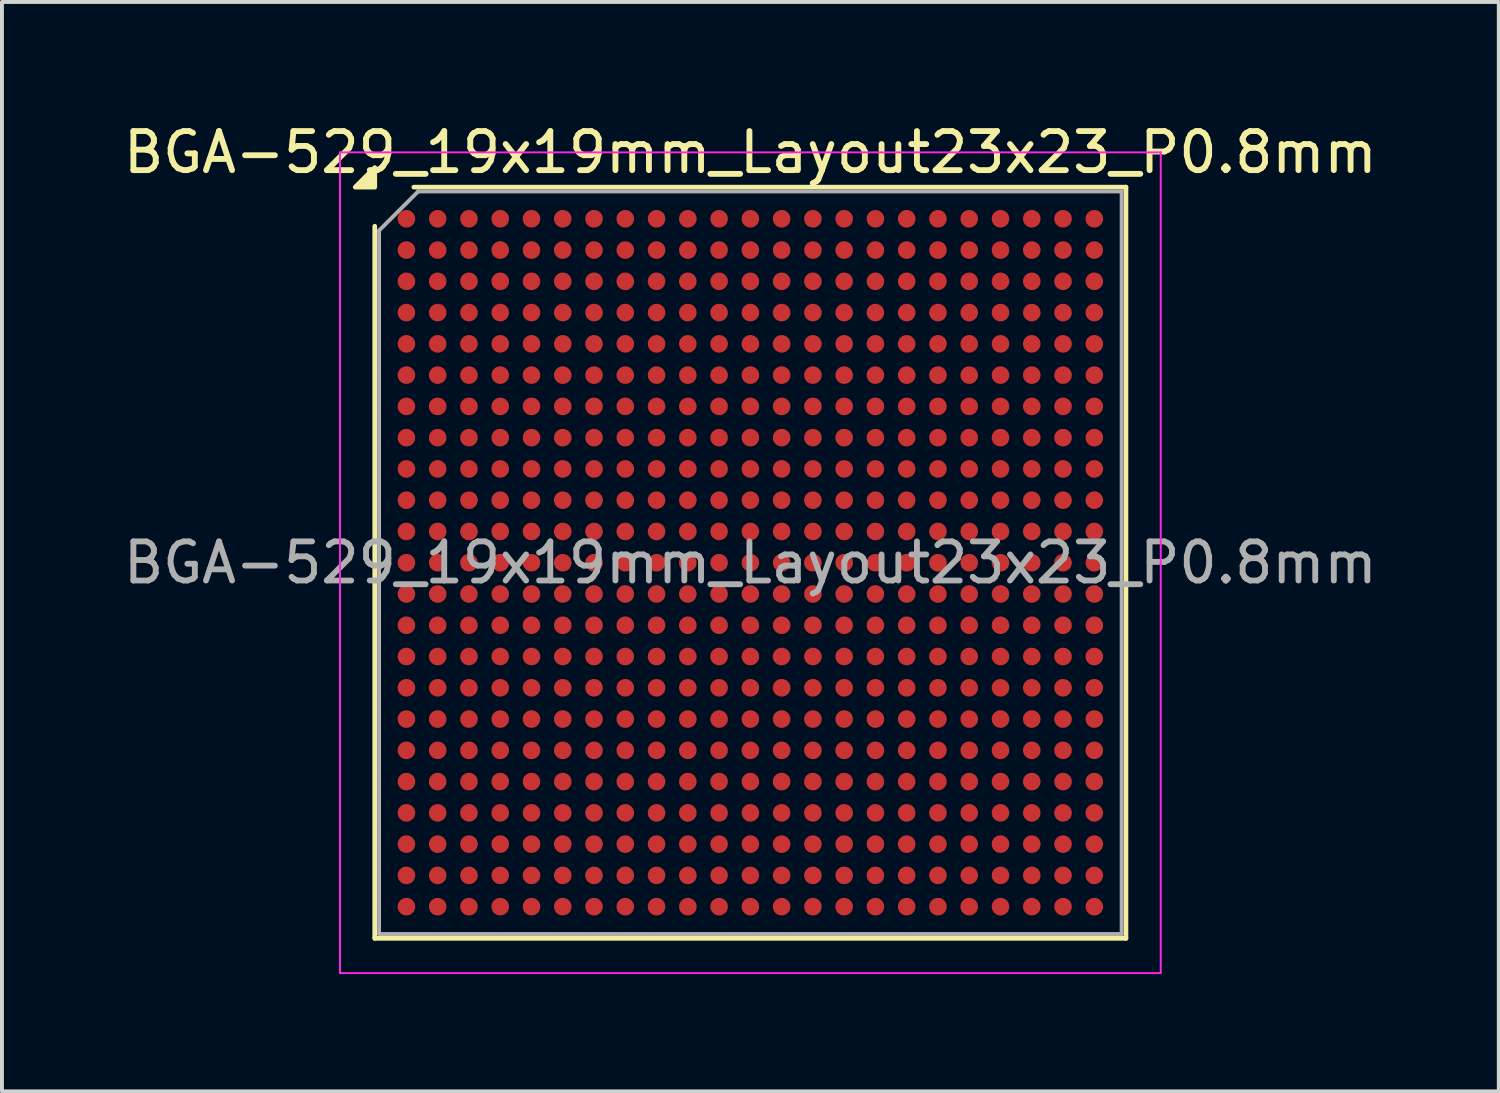
<source format=kicad_pcb>
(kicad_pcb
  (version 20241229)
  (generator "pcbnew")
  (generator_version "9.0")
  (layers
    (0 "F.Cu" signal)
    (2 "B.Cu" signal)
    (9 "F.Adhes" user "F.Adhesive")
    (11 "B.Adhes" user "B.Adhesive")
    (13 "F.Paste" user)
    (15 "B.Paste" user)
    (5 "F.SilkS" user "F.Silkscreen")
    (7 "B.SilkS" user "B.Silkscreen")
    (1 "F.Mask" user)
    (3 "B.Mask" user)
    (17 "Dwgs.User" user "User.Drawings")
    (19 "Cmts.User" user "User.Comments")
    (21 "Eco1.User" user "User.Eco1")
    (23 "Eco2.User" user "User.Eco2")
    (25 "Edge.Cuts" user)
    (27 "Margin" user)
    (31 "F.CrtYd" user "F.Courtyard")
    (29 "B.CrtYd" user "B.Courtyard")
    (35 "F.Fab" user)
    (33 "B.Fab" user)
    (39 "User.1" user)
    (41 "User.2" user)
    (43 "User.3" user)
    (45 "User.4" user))
  (footprint "BGA-529_19x19mm_Layout23x23_P0.8mm"
    (layer "F.Cu")
    (at 16.149 11.348)
    (property "Reference" "BGA-529_19x19mm_Layout23x23_P0.8mm" (at 0 -10.5 0) (layer "F.SilkS") (effects (font (size 1 1) (thickness 0.15))))
    (attr smd)
    (fp_line (start -9.61 9.61) (end -9.61 -8.61) (stroke (width 0.12) (type solid)) (layer "F.SilkS"))
    (fp_line (start -8.61 -9.61) (end 9.61 -9.61) (stroke (width 0.12) (type solid)) (layer "F.SilkS"))
    (fp_line (start 9.61 -9.61) (end 9.61 9.61) (stroke (width 0.12) (type solid)) (layer "F.SilkS"))
    (fp_line (start 9.61 9.61) (end -9.61 9.61) (stroke (width 0.12) (type solid)) (layer "F.SilkS"))
    (fp_poly (pts (xy -9.61 -9.61) (xy -10.11 -9.61) (xy -9.61 -10.11) (xy -9.61 -9.61)) (stroke (width 0.12) (type solid)) (fill yes) (layer "F.SilkS"))
    (fp_line (start -10.5 -10.5) (end -10.5 10.5) (stroke (width 0.05) (type solid)) (layer "F.CrtYd"))
    (fp_line (start -10.5 10.5) (end 10.5 10.5) (stroke (width 0.05) (type solid)) (layer "F.CrtYd"))
    (fp_line (start 10.5 -10.5) (end -10.5 -10.5) (stroke (width 0.05) (type solid)) (layer "F.CrtYd"))
    (fp_line (start 10.5 10.5) (end 10.5 -10.5) (stroke (width 0.05) (type solid)) (layer "F.CrtYd"))
    (fp_line (start -9.5 -8.5) (end -8.5 -9.5) (stroke (width 0.1) (type solid)) (layer "F.Fab"))
    (fp_line (start -9.5 9.5) (end -9.5 -8.5) (stroke (width 0.1) (type solid)) (layer "F.Fab"))
    (fp_line (start -8.5 -9.5) (end 9.5 -9.5) (stroke (width 0.1) (type solid)) (layer "F.Fab"))
    (fp_line (start 9.5 -9.5) (end 9.5 9.5) (stroke (width 0.1) (type solid)) (layer "F.Fab"))
    (fp_line (start 9.5 9.5) (end -9.5 9.5) (stroke (width 0.1) (type solid)) (layer "F.Fab"))
    (fp_text user "${REFERENCE}" (at 0 0 0) (layer "F.Fab") (effects (font (size 1 1) (thickness 0.15))))
    (pad "A1" smd circle (at -8.8 -8.8) (size 0.45 0.45) (property pad_prop_bga) (layers "F.Cu" "F.Mask" "F.Paste"))
    (pad "A2" smd circle (at -8 -8.8) (size 0.45 0.45) (property pad_prop_bga) (layers "F.Cu" "F.Mask" "F.Paste"))
    (pad "A3" smd circle (at -7.2 -8.8) (size 0.45 0.45) (property pad_prop_bga) (layers "F.Cu" "F.Mask" "F.Paste"))
    (pad "A4" smd circle (at -6.4 -8.8) (size 0.45 0.45) (property pad_prop_bga) (layers "F.Cu" "F.Mask" "F.Paste"))
    (pad "A5" smd circle (at -5.6 -8.8) (size 0.45 0.45) (property pad_prop_bga) (layers "F.Cu" "F.Mask" "F.Paste"))
    (pad "A6" smd circle (at -4.8 -8.8) (size 0.45 0.45) (property pad_prop_bga) (layers "F.Cu" "F.Mask" "F.Paste"))
    (pad "A7" smd circle (at -4 -8.8) (size 0.45 0.45) (property pad_prop_bga) (layers "F.Cu" "F.Mask" "F.Paste"))
    (pad "A8" smd circle (at -3.2 -8.8) (size 0.45 0.45) (property pad_prop_bga) (layers "F.Cu" "F.Mask" "F.Paste"))
    (pad "A9" smd circle (at -2.4 -8.8) (size 0.45 0.45) (property pad_prop_bga) (layers "F.Cu" "F.Mask" "F.Paste"))
    (pad "A10" smd circle (at -1.6 -8.8) (size 0.45 0.45) (property pad_prop_bga) (layers "F.Cu" "F.Mask" "F.Paste"))
    (pad "A11" smd circle (at -0.8 -8.8) (size 0.45 0.45) (property pad_prop_bga) (layers "F.Cu" "F.Mask" "F.Paste"))
    (pad "A12" smd circle (at 0 -8.8) (size 0.45 0.45) (property pad_prop_bga) (layers "F.Cu" "F.Mask" "F.Paste"))
    (pad "A13" smd circle (at 0.8 -8.8) (size 0.45 0.45) (property pad_prop_bga) (layers "F.Cu" "F.Mask" "F.Paste"))
    (pad "A14" smd circle (at 1.6 -8.8) (size 0.45 0.45) (property pad_prop_bga) (layers "F.Cu" "F.Mask" "F.Paste"))
    (pad "A15" smd circle (at 2.4 -8.8) (size 0.45 0.45) (property pad_prop_bga) (layers "F.Cu" "F.Mask" "F.Paste"))
    (pad "A16" smd circle (at 3.2 -8.8) (size 0.45 0.45) (property pad_prop_bga) (layers "F.Cu" "F.Mask" "F.Paste"))
    (pad "A17" smd circle (at 4 -8.8) (size 0.45 0.45) (property pad_prop_bga) (layers "F.Cu" "F.Mask" "F.Paste"))
    (pad "A18" smd circle (at 4.8 -8.8) (size 0.45 0.45) (property pad_prop_bga) (layers "F.Cu" "F.Mask" "F.Paste"))
    (pad "A19" smd circle (at 5.6 -8.8) (size 0.45 0.45) (property pad_prop_bga) (layers "F.Cu" "F.Mask" "F.Paste"))
    (pad "A20" smd circle (at 6.4 -8.8) (size 0.45 0.45) (property pad_prop_bga) (layers "F.Cu" "F.Mask" "F.Paste"))
    (pad "A21" smd circle (at 7.2 -8.8) (size 0.45 0.45) (property pad_prop_bga) (layers "F.Cu" "F.Mask" "F.Paste"))
    (pad "A22" smd circle (at 8 -8.8) (size 0.45 0.45) (property pad_prop_bga) (layers "F.Cu" "F.Mask" "F.Paste"))
    (pad "A23" smd circle (at 8.8 -8.8) (size 0.45 0.45) (property pad_prop_bga) (layers "F.Cu" "F.Mask" "F.Paste"))
    (pad "AA1" smd circle (at -8.8 7.2) (size 0.45 0.45) (property pad_prop_bga) (layers "F.Cu" "F.Mask" "F.Paste"))
    (pad "AA2" smd circle (at -8 7.2) (size 0.45 0.45) (property pad_prop_bga) (layers "F.Cu" "F.Mask" "F.Paste"))
    (pad "AA3" smd circle (at -7.2 7.2) (size 0.45 0.45) (property pad_prop_bga) (layers "F.Cu" "F.Mask" "F.Paste"))
    (pad "AA4" smd circle (at -6.4 7.2) (size 0.45 0.45) (property pad_prop_bga) (layers "F.Cu" "F.Mask" "F.Paste"))
    (pad "AA5" smd circle (at -5.6 7.2) (size 0.45 0.45) (property pad_prop_bga) (layers "F.Cu" "F.Mask" "F.Paste"))
    (pad "AA6" smd circle (at -4.8 7.2) (size 0.45 0.45) (property pad_prop_bga) (layers "F.Cu" "F.Mask" "F.Paste"))
    (pad "AA7" smd circle (at -4 7.2) (size 0.45 0.45) (property pad_prop_bga) (layers "F.Cu" "F.Mask" "F.Paste"))
    (pad "AA8" smd circle (at -3.2 7.2) (size 0.45 0.45) (property pad_prop_bga) (layers "F.Cu" "F.Mask" "F.Paste"))
    (pad "AA9" smd circle (at -2.4 7.2) (size 0.45 0.45) (property pad_prop_bga) (layers "F.Cu" "F.Mask" "F.Paste"))
    (pad "AA10" smd circle (at -1.6 7.2) (size 0.45 0.45) (property pad_prop_bga) (layers "F.Cu" "F.Mask" "F.Paste"))
    (pad "AA11" smd circle (at -0.8 7.2) (size 0.45 0.45) (property pad_prop_bga) (layers "F.Cu" "F.Mask" "F.Paste"))
    (pad "AA12" smd circle (at 0 7.2) (size 0.45 0.45) (property pad_prop_bga) (layers "F.Cu" "F.Mask" "F.Paste"))
    (pad "AA13" smd circle (at 0.8 7.2) (size 0.45 0.45) (property pad_prop_bga) (layers "F.Cu" "F.Mask" "F.Paste"))
    (pad "AA14" smd circle (at 1.6 7.2) (size 0.45 0.45) (property pad_prop_bga) (layers "F.Cu" "F.Mask" "F.Paste"))
    (pad "AA15" smd circle (at 2.4 7.2) (size 0.45 0.45) (property pad_prop_bga) (layers "F.Cu" "F.Mask" "F.Paste"))
    (pad "AA16" smd circle (at 3.2 7.2) (size 0.45 0.45) (property pad_prop_bga) (layers "F.Cu" "F.Mask" "F.Paste"))
    (pad "AA17" smd circle (at 4 7.2) (size 0.45 0.45) (property pad_prop_bga) (layers "F.Cu" "F.Mask" "F.Paste"))
    (pad "AA18" smd circle (at 4.8 7.2) (size 0.45 0.45) (property pad_prop_bga) (layers "F.Cu" "F.Mask" "F.Paste"))
    (pad "AA19" smd circle (at 5.6 7.2) (size 0.45 0.45) (property pad_prop_bga) (layers "F.Cu" "F.Mask" "F.Paste"))
    (pad "AA20" smd circle (at 6.4 7.2) (size 0.45 0.45) (property pad_prop_bga) (layers "F.Cu" "F.Mask" "F.Paste"))
    (pad "AA21" smd circle (at 7.2 7.2) (size 0.45 0.45) (property pad_prop_bga) (layers "F.Cu" "F.Mask" "F.Paste"))
    (pad "AA22" smd circle (at 8 7.2) (size 0.45 0.45) (property pad_prop_bga) (layers "F.Cu" "F.Mask" "F.Paste"))
    (pad "AA23" smd circle (at 8.8 7.2) (size 0.45 0.45) (property pad_prop_bga) (layers "F.Cu" "F.Mask" "F.Paste"))
    (pad "AB1" smd circle (at -8.8 8) (size 0.45 0.45) (property pad_prop_bga) (layers "F.Cu" "F.Mask" "F.Paste"))
    (pad "AB2" smd circle (at -8 8) (size 0.45 0.45) (property pad_prop_bga) (layers "F.Cu" "F.Mask" "F.Paste"))
    (pad "AB3" smd circle (at -7.2 8) (size 0.45 0.45) (property pad_prop_bga) (layers "F.Cu" "F.Mask" "F.Paste"))
    (pad "AB4" smd circle (at -6.4 8) (size 0.45 0.45) (property pad_prop_bga) (layers "F.Cu" "F.Mask" "F.Paste"))
    (pad "AB5" smd circle (at -5.6 8) (size 0.45 0.45) (property pad_prop_bga) (layers "F.Cu" "F.Mask" "F.Paste"))
    (pad "AB6" smd circle (at -4.8 8) (size 0.45 0.45) (property pad_prop_bga) (layers "F.Cu" "F.Mask" "F.Paste"))
    (pad "AB7" smd circle (at -4 8) (size 0.45 0.45) (property pad_prop_bga) (layers "F.Cu" "F.Mask" "F.Paste"))
    (pad "AB8" smd circle (at -3.2 8) (size 0.45 0.45) (property pad_prop_bga) (layers "F.Cu" "F.Mask" "F.Paste"))
    (pad "AB9" smd circle (at -2.4 8) (size 0.45 0.45) (property pad_prop_bga) (layers "F.Cu" "F.Mask" "F.Paste"))
    (pad "AB10" smd circle (at -1.6 8) (size 0.45 0.45) (property pad_prop_bga) (layers "F.Cu" "F.Mask" "F.Paste"))
    (pad "AB11" smd circle (at -0.8 8) (size 0.45 0.45) (property pad_prop_bga) (layers "F.Cu" "F.Mask" "F.Paste"))
    (pad "AB12" smd circle (at 0 8) (size 0.45 0.45) (property pad_prop_bga) (layers "F.Cu" "F.Mask" "F.Paste"))
    (pad "AB13" smd circle (at 0.8 8) (size 0.45 0.45) (property pad_prop_bga) (layers "F.Cu" "F.Mask" "F.Paste"))
    (pad "AB14" smd circle (at 1.6 8) (size 0.45 0.45) (property pad_prop_bga) (layers "F.Cu" "F.Mask" "F.Paste"))
    (pad "AB15" smd circle (at 2.4 8) (size 0.45 0.45) (property pad_prop_bga) (layers "F.Cu" "F.Mask" "F.Paste"))
    (pad "AB16" smd circle (at 3.2 8) (size 0.45 0.45) (property pad_prop_bga) (layers "F.Cu" "F.Mask" "F.Paste"))
    (pad "AB17" smd circle (at 4 8) (size 0.45 0.45) (property pad_prop_bga) (layers "F.Cu" "F.Mask" "F.Paste"))
    (pad "AB18" smd circle (at 4.8 8) (size 0.45 0.45) (property pad_prop_bga) (layers "F.Cu" "F.Mask" "F.Paste"))
    (pad "AB19" smd circle (at 5.6 8) (size 0.45 0.45) (property pad_prop_bga) (layers "F.Cu" "F.Mask" "F.Paste"))
    (pad "AB20" smd circle (at 6.4 8) (size 0.45 0.45) (property pad_prop_bga) (layers "F.Cu" "F.Mask" "F.Paste"))
    (pad "AB21" smd circle (at 7.2 8) (size 0.45 0.45) (property pad_prop_bga) (layers "F.Cu" "F.Mask" "F.Paste"))
    (pad "AB22" smd circle (at 8 8) (size 0.45 0.45) (property pad_prop_bga) (layers "F.Cu" "F.Mask" "F.Paste"))
    (pad "AB23" smd circle (at 8.8 8) (size 0.45 0.45) (property pad_prop_bga) (layers "F.Cu" "F.Mask" "F.Paste"))
    (pad "AC1" smd circle (at -8.8 8.8) (size 0.45 0.45) (property pad_prop_bga) (layers "F.Cu" "F.Mask" "F.Paste"))
    (pad "AC2" smd circle (at -8 8.8) (size 0.45 0.45) (property pad_prop_bga) (layers "F.Cu" "F.Mask" "F.Paste"))
    (pad "AC3" smd circle (at -7.2 8.8) (size 0.45 0.45) (property pad_prop_bga) (layers "F.Cu" "F.Mask" "F.Paste"))
    (pad "AC4" smd circle (at -6.4 8.8) (size 0.45 0.45) (property pad_prop_bga) (layers "F.Cu" "F.Mask" "F.Paste"))
    (pad "AC5" smd circle (at -5.6 8.8) (size 0.45 0.45) (property pad_prop_bga) (layers "F.Cu" "F.Mask" "F.Paste"))
    (pad "AC6" smd circle (at -4.8 8.8) (size 0.45 0.45) (property pad_prop_bga) (layers "F.Cu" "F.Mask" "F.Paste"))
    (pad "AC7" smd circle (at -4 8.8) (size 0.45 0.45) (property pad_prop_bga) (layers "F.Cu" "F.Mask" "F.Paste"))
    (pad "AC8" smd circle (at -3.2 8.8) (size 0.45 0.45) (property pad_prop_bga) (layers "F.Cu" "F.Mask" "F.Paste"))
    (pad "AC9" smd circle (at -2.4 8.8) (size 0.45 0.45) (property pad_prop_bga) (layers "F.Cu" "F.Mask" "F.Paste"))
    (pad "AC10" smd circle (at -1.6 8.8) (size 0.45 0.45) (property pad_prop_bga) (layers "F.Cu" "F.Mask" "F.Paste"))
    (pad "AC11" smd circle (at -0.8 8.8) (size 0.45 0.45) (property pad_prop_bga) (layers "F.Cu" "F.Mask" "F.Paste"))
    (pad "AC12" smd circle (at 0 8.8) (size 0.45 0.45) (property pad_prop_bga) (layers "F.Cu" "F.Mask" "F.Paste"))
    (pad "AC13" smd circle (at 0.8 8.8) (size 0.45 0.45) (property pad_prop_bga) (layers "F.Cu" "F.Mask" "F.Paste"))
    (pad "AC14" smd circle (at 1.6 8.8) (size 0.45 0.45) (property pad_prop_bga) (layers "F.Cu" "F.Mask" "F.Paste"))
    (pad "AC15" smd circle (at 2.4 8.8) (size 0.45 0.45) (property pad_prop_bga) (layers "F.Cu" "F.Mask" "F.Paste"))
    (pad "AC16" smd circle (at 3.2 8.8) (size 0.45 0.45) (property pad_prop_bga) (layers "F.Cu" "F.Mask" "F.Paste"))
    (pad "AC17" smd circle (at 4 8.8) (size 0.45 0.45) (property pad_prop_bga) (layers "F.Cu" "F.Mask" "F.Paste"))
    (pad "AC18" smd circle (at 4.8 8.8) (size 0.45 0.45) (property pad_prop_bga) (layers "F.Cu" "F.Mask" "F.Paste"))
    (pad "AC19" smd circle (at 5.6 8.8) (size 0.45 0.45) (property pad_prop_bga) (layers "F.Cu" "F.Mask" "F.Paste"))
    (pad "AC20" smd circle (at 6.4 8.8) (size 0.45 0.45) (property pad_prop_bga) (layers "F.Cu" "F.Mask" "F.Paste"))
    (pad "AC21" smd circle (at 7.2 8.8) (size 0.45 0.45) (property pad_prop_bga) (layers "F.Cu" "F.Mask" "F.Paste"))
    (pad "AC22" smd circle (at 8 8.8) (size 0.45 0.45) (property pad_prop_bga) (layers "F.Cu" "F.Mask" "F.Paste"))
    (pad "AC23" smd circle (at 8.8 8.8) (size 0.45 0.45) (property pad_prop_bga) (layers "F.Cu" "F.Mask" "F.Paste"))
    (pad "B1" smd circle (at -8.8 -8) (size 0.45 0.45) (property pad_prop_bga) (layers "F.Cu" "F.Mask" "F.Paste"))
    (pad "B2" smd circle (at -8 -8) (size 0.45 0.45) (property pad_prop_bga) (layers "F.Cu" "F.Mask" "F.Paste"))
    (pad "B3" smd circle (at -7.2 -8) (size 0.45 0.45) (property pad_prop_bga) (layers "F.Cu" "F.Mask" "F.Paste"))
    (pad "B4" smd circle (at -6.4 -8) (size 0.45 0.45) (property pad_prop_bga) (layers "F.Cu" "F.Mask" "F.Paste"))
    (pad "B5" smd circle (at -5.6 -8) (size 0.45 0.45) (property pad_prop_bga) (layers "F.Cu" "F.Mask" "F.Paste"))
    (pad "B6" smd circle (at -4.8 -8) (size 0.45 0.45) (property pad_prop_bga) (layers "F.Cu" "F.Mask" "F.Paste"))
    (pad "B7" smd circle (at -4 -8) (size 0.45 0.45) (property pad_prop_bga) (layers "F.Cu" "F.Mask" "F.Paste"))
    (pad "B8" smd circle (at -3.2 -8) (size 0.45 0.45) (property pad_prop_bga) (layers "F.Cu" "F.Mask" "F.Paste"))
    (pad "B9" smd circle (at -2.4 -8) (size 0.45 0.45) (property pad_prop_bga) (layers "F.Cu" "F.Mask" "F.Paste"))
    (pad "B10" smd circle (at -1.6 -8) (size 0.45 0.45) (property pad_prop_bga) (layers "F.Cu" "F.Mask" "F.Paste"))
    (pad "B11" smd circle (at -0.8 -8) (size 0.45 0.45) (property pad_prop_bga) (layers "F.Cu" "F.Mask" "F.Paste"))
    (pad "B12" smd circle (at 0 -8) (size 0.45 0.45) (property pad_prop_bga) (layers "F.Cu" "F.Mask" "F.Paste"))
    (pad "B13" smd circle (at 0.8 -8) (size 0.45 0.45) (property pad_prop_bga) (layers "F.Cu" "F.Mask" "F.Paste"))
    (pad "B14" smd circle (at 1.6 -8) (size 0.45 0.45) (property pad_prop_bga) (layers "F.Cu" "F.Mask" "F.Paste"))
    (pad "B15" smd circle (at 2.4 -8) (size 0.45 0.45) (property pad_prop_bga) (layers "F.Cu" "F.Mask" "F.Paste"))
    (pad "B16" smd circle (at 3.2 -8) (size 0.45 0.45) (property pad_prop_bga) (layers "F.Cu" "F.Mask" "F.Paste"))
    (pad "B17" smd circle (at 4 -8) (size 0.45 0.45) (property pad_prop_bga) (layers "F.Cu" "F.Mask" "F.Paste"))
    (pad "B18" smd circle (at 4.8 -8) (size 0.45 0.45) (property pad_prop_bga) (layers "F.Cu" "F.Mask" "F.Paste"))
    (pad "B19" smd circle (at 5.6 -8) (size 0.45 0.45) (property pad_prop_bga) (layers "F.Cu" "F.Mask" "F.Paste"))
    (pad "B20" smd circle (at 6.4 -8) (size 0.45 0.45) (property pad_prop_bga) (layers "F.Cu" "F.Mask" "F.Paste"))
    (pad "B21" smd circle (at 7.2 -8) (size 0.45 0.45) (property pad_prop_bga) (layers "F.Cu" "F.Mask" "F.Paste"))
    (pad "B22" smd circle (at 8 -8) (size 0.45 0.45) (property pad_prop_bga) (layers "F.Cu" "F.Mask" "F.Paste"))
    (pad "B23" smd circle (at 8.8 -8) (size 0.45 0.45) (property pad_prop_bga) (layers "F.Cu" "F.Mask" "F.Paste"))
    (pad "C1" smd circle (at -8.8 -7.2) (size 0.45 0.45) (property pad_prop_bga) (layers "F.Cu" "F.Mask" "F.Paste"))
    (pad "C2" smd circle (at -8 -7.2) (size 0.45 0.45) (property pad_prop_bga) (layers "F.Cu" "F.Mask" "F.Paste"))
    (pad "C3" smd circle (at -7.2 -7.2) (size 0.45 0.45) (property pad_prop_bga) (layers "F.Cu" "F.Mask" "F.Paste"))
    (pad "C4" smd circle (at -6.4 -7.2) (size 0.45 0.45) (property pad_prop_bga) (layers "F.Cu" "F.Mask" "F.Paste"))
    (pad "C5" smd circle (at -5.6 -7.2) (size 0.45 0.45) (property pad_prop_bga) (layers "F.Cu" "F.Mask" "F.Paste"))
    (pad "C6" smd circle (at -4.8 -7.2) (size 0.45 0.45) (property pad_prop_bga) (layers "F.Cu" "F.Mask" "F.Paste"))
    (pad "C7" smd circle (at -4 -7.2) (size 0.45 0.45) (property pad_prop_bga) (layers "F.Cu" "F.Mask" "F.Paste"))
    (pad "C8" smd circle (at -3.2 -7.2) (size 0.45 0.45) (property pad_prop_bga) (layers "F.Cu" "F.Mask" "F.Paste"))
    (pad "C9" smd circle (at -2.4 -7.2) (size 0.45 0.45) (property pad_prop_bga) (layers "F.Cu" "F.Mask" "F.Paste"))
    (pad "C10" smd circle (at -1.6 -7.2) (size 0.45 0.45) (property pad_prop_bga) (layers "F.Cu" "F.Mask" "F.Paste"))
    (pad "C11" smd circle (at -0.8 -7.2) (size 0.45 0.45) (property pad_prop_bga) (layers "F.Cu" "F.Mask" "F.Paste"))
    (pad "C12" smd circle (at 0 -7.2) (size 0.45 0.45) (property pad_prop_bga) (layers "F.Cu" "F.Mask" "F.Paste"))
    (pad "C13" smd circle (at 0.8 -7.2) (size 0.45 0.45) (property pad_prop_bga) (layers "F.Cu" "F.Mask" "F.Paste"))
    (pad "C14" smd circle (at 1.6 -7.2) (size 0.45 0.45) (property pad_prop_bga) (layers "F.Cu" "F.Mask" "F.Paste"))
    (pad "C15" smd circle (at 2.4 -7.2) (size 0.45 0.45) (property pad_prop_bga) (layers "F.Cu" "F.Mask" "F.Paste"))
    (pad "C16" smd circle (at 3.2 -7.2) (size 0.45 0.45) (property pad_prop_bga) (layers "F.Cu" "F.Mask" "F.Paste"))
    (pad "C17" smd circle (at 4 -7.2) (size 0.45 0.45) (property pad_prop_bga) (layers "F.Cu" "F.Mask" "F.Paste"))
    (pad "C18" smd circle (at 4.8 -7.2) (size 0.45 0.45) (property pad_prop_bga) (layers "F.Cu" "F.Mask" "F.Paste"))
    (pad "C19" smd circle (at 5.6 -7.2) (size 0.45 0.45) (property pad_prop_bga) (layers "F.Cu" "F.Mask" "F.Paste"))
    (pad "C20" smd circle (at 6.4 -7.2) (size 0.45 0.45) (property pad_prop_bga) (layers "F.Cu" "F.Mask" "F.Paste"))
    (pad "C21" smd circle (at 7.2 -7.2) (size 0.45 0.45) (property pad_prop_bga) (layers "F.Cu" "F.Mask" "F.Paste"))
    (pad "C22" smd circle (at 8 -7.2) (size 0.45 0.45) (property pad_prop_bga) (layers "F.Cu" "F.Mask" "F.Paste"))
    (pad "C23" smd circle (at 8.8 -7.2) (size 0.45 0.45) (property pad_prop_bga) (layers "F.Cu" "F.Mask" "F.Paste"))
    (pad "D1" smd circle (at -8.8 -6.4) (size 0.45 0.45) (property pad_prop_bga) (layers "F.Cu" "F.Mask" "F.Paste"))
    (pad "D2" smd circle (at -8 -6.4) (size 0.45 0.45) (property pad_prop_bga) (layers "F.Cu" "F.Mask" "F.Paste"))
    (pad "D3" smd circle (at -7.2 -6.4) (size 0.45 0.45) (property pad_prop_bga) (layers "F.Cu" "F.Mask" "F.Paste"))
    (pad "D4" smd circle (at -6.4 -6.4) (size 0.45 0.45) (property pad_prop_bga) (layers "F.Cu" "F.Mask" "F.Paste"))
    (pad "D5" smd circle (at -5.6 -6.4) (size 0.45 0.45) (property pad_prop_bga) (layers "F.Cu" "F.Mask" "F.Paste"))
    (pad "D6" smd circle (at -4.8 -6.4) (size 0.45 0.45) (property pad_prop_bga) (layers "F.Cu" "F.Mask" "F.Paste"))
    (pad "D7" smd circle (at -4 -6.4) (size 0.45 0.45) (property pad_prop_bga) (layers "F.Cu" "F.Mask" "F.Paste"))
    (pad "D8" smd circle (at -3.2 -6.4) (size 0.45 0.45) (property pad_prop_bga) (layers "F.Cu" "F.Mask" "F.Paste"))
    (pad "D9" smd circle (at -2.4 -6.4) (size 0.45 0.45) (property pad_prop_bga) (layers "F.Cu" "F.Mask" "F.Paste"))
    (pad "D10" smd circle (at -1.6 -6.4) (size 0.45 0.45) (property pad_prop_bga) (layers "F.Cu" "F.Mask" "F.Paste"))
    (pad "D11" smd circle (at -0.8 -6.4) (size 0.45 0.45) (property pad_prop_bga) (layers "F.Cu" "F.Mask" "F.Paste"))
    (pad "D12" smd circle (at 0 -6.4) (size 0.45 0.45) (property pad_prop_bga) (layers "F.Cu" "F.Mask" "F.Paste"))
    (pad "D13" smd circle (at 0.8 -6.4) (size 0.45 0.45) (property pad_prop_bga) (layers "F.Cu" "F.Mask" "F.Paste"))
    (pad "D14" smd circle (at 1.6 -6.4) (size 0.45 0.45) (property pad_prop_bga) (layers "F.Cu" "F.Mask" "F.Paste"))
    (pad "D15" smd circle (at 2.4 -6.4) (size 0.45 0.45) (property pad_prop_bga) (layers "F.Cu" "F.Mask" "F.Paste"))
    (pad "D16" smd circle (at 3.2 -6.4) (size 0.45 0.45) (property pad_prop_bga) (layers "F.Cu" "F.Mask" "F.Paste"))
    (pad "D17" smd circle (at 4 -6.4) (size 0.45 0.45) (property pad_prop_bga) (layers "F.Cu" "F.Mask" "F.Paste"))
    (pad "D18" smd circle (at 4.8 -6.4) (size 0.45 0.45) (property pad_prop_bga) (layers "F.Cu" "F.Mask" "F.Paste"))
    (pad "D19" smd circle (at 5.6 -6.4) (size 0.45 0.45) (property pad_prop_bga) (layers "F.Cu" "F.Mask" "F.Paste"))
    (pad "D20" smd circle (at 6.4 -6.4) (size 0.45 0.45) (property pad_prop_bga) (layers "F.Cu" "F.Mask" "F.Paste"))
    (pad "D21" smd circle (at 7.2 -6.4) (size 0.45 0.45) (property pad_prop_bga) (layers "F.Cu" "F.Mask" "F.Paste"))
    (pad "D22" smd circle (at 8 -6.4) (size 0.45 0.45) (property pad_prop_bga) (layers "F.Cu" "F.Mask" "F.Paste"))
    (pad "D23" smd circle (at 8.8 -6.4) (size 0.45 0.45) (property pad_prop_bga) (layers "F.Cu" "F.Mask" "F.Paste"))
    (pad "E1" smd circle (at -8.8 -5.6) (size 0.45 0.45) (property pad_prop_bga) (layers "F.Cu" "F.Mask" "F.Paste"))
    (pad "E2" smd circle (at -8 -5.6) (size 0.45 0.45) (property pad_prop_bga) (layers "F.Cu" "F.Mask" "F.Paste"))
    (pad "E3" smd circle (at -7.2 -5.6) (size 0.45 0.45) (property pad_prop_bga) (layers "F.Cu" "F.Mask" "F.Paste"))
    (pad "E4" smd circle (at -6.4 -5.6) (size 0.45 0.45) (property pad_prop_bga) (layers "F.Cu" "F.Mask" "F.Paste"))
    (pad "E5" smd circle (at -5.6 -5.6) (size 0.45 0.45) (property pad_prop_bga) (layers "F.Cu" "F.Mask" "F.Paste"))
    (pad "E6" smd circle (at -4.8 -5.6) (size 0.45 0.45) (property pad_prop_bga) (layers "F.Cu" "F.Mask" "F.Paste"))
    (pad "E7" smd circle (at -4 -5.6) (size 0.45 0.45) (property pad_prop_bga) (layers "F.Cu" "F.Mask" "F.Paste"))
    (pad "E8" smd circle (at -3.2 -5.6) (size 0.45 0.45) (property pad_prop_bga) (layers "F.Cu" "F.Mask" "F.Paste"))
    (pad "E9" smd circle (at -2.4 -5.6) (size 0.45 0.45) (property pad_prop_bga) (layers "F.Cu" "F.Mask" "F.Paste"))
    (pad "E10" smd circle (at -1.6 -5.6) (size 0.45 0.45) (property pad_prop_bga) (layers "F.Cu" "F.Mask" "F.Paste"))
    (pad "E11" smd circle (at -0.8 -5.6) (size 0.45 0.45) (property pad_prop_bga) (layers "F.Cu" "F.Mask" "F.Paste"))
    (pad "E12" smd circle (at 0 -5.6) (size 0.45 0.45) (property pad_prop_bga) (layers "F.Cu" "F.Mask" "F.Paste"))
    (pad "E13" smd circle (at 0.8 -5.6) (size 0.45 0.45) (property pad_prop_bga) (layers "F.Cu" "F.Mask" "F.Paste"))
    (pad "E14" smd circle (at 1.6 -5.6) (size 0.45 0.45) (property pad_prop_bga) (layers "F.Cu" "F.Mask" "F.Paste"))
    (pad "E15" smd circle (at 2.4 -5.6) (size 0.45 0.45) (property pad_prop_bga) (layers "F.Cu" "F.Mask" "F.Paste"))
    (pad "E16" smd circle (at 3.2 -5.6) (size 0.45 0.45) (property pad_prop_bga) (layers "F.Cu" "F.Mask" "F.Paste"))
    (pad "E17" smd circle (at 4 -5.6) (size 0.45 0.45) (property pad_prop_bga) (layers "F.Cu" "F.Mask" "F.Paste"))
    (pad "E18" smd circle (at 4.8 -5.6) (size 0.45 0.45) (property pad_prop_bga) (layers "F.Cu" "F.Mask" "F.Paste"))
    (pad "E19" smd circle (at 5.6 -5.6) (size 0.45 0.45) (property pad_prop_bga) (layers "F.Cu" "F.Mask" "F.Paste"))
    (pad "E20" smd circle (at 6.4 -5.6) (size 0.45 0.45) (property pad_prop_bga) (layers "F.Cu" "F.Mask" "F.Paste"))
    (pad "E21" smd circle (at 7.2 -5.6) (size 0.45 0.45) (property pad_prop_bga) (layers "F.Cu" "F.Mask" "F.Paste"))
    (pad "E22" smd circle (at 8 -5.6) (size 0.45 0.45) (property pad_prop_bga) (layers "F.Cu" "F.Mask" "F.Paste"))
    (pad "E23" smd circle (at 8.8 -5.6) (size 0.45 0.45) (property pad_prop_bga) (layers "F.Cu" "F.Mask" "F.Paste"))
    (pad "F1" smd circle (at -8.8 -4.8) (size 0.45 0.45) (property pad_prop_bga) (layers "F.Cu" "F.Mask" "F.Paste"))
    (pad "F2" smd circle (at -8 -4.8) (size 0.45 0.45) (property pad_prop_bga) (layers "F.Cu" "F.Mask" "F.Paste"))
    (pad "F3" smd circle (at -7.2 -4.8) (size 0.45 0.45) (property pad_prop_bga) (layers "F.Cu" "F.Mask" "F.Paste"))
    (pad "F4" smd circle (at -6.4 -4.8) (size 0.45 0.45) (property pad_prop_bga) (layers "F.Cu" "F.Mask" "F.Paste"))
    (pad "F5" smd circle (at -5.6 -4.8) (size 0.45 0.45) (property pad_prop_bga) (layers "F.Cu" "F.Mask" "F.Paste"))
    (pad "F6" smd circle (at -4.8 -4.8) (size 0.45 0.45) (property pad_prop_bga) (layers "F.Cu" "F.Mask" "F.Paste"))
    (pad "F7" smd circle (at -4 -4.8) (size 0.45 0.45) (property pad_prop_bga) (layers "F.Cu" "F.Mask" "F.Paste"))
    (pad "F8" smd circle (at -3.2 -4.8) (size 0.45 0.45) (property pad_prop_bga) (layers "F.Cu" "F.Mask" "F.Paste"))
    (pad "F9" smd circle (at -2.4 -4.8) (size 0.45 0.45) (property pad_prop_bga) (layers "F.Cu" "F.Mask" "F.Paste"))
    (pad "F10" smd circle (at -1.6 -4.8) (size 0.45 0.45) (property pad_prop_bga) (layers "F.Cu" "F.Mask" "F.Paste"))
    (pad "F11" smd circle (at -0.8 -4.8) (size 0.45 0.45) (property pad_prop_bga) (layers "F.Cu" "F.Mask" "F.Paste"))
    (pad "F12" smd circle (at 0 -4.8) (size 0.45 0.45) (property pad_prop_bga) (layers "F.Cu" "F.Mask" "F.Paste"))
    (pad "F13" smd circle (at 0.8 -4.8) (size 0.45 0.45) (property pad_prop_bga) (layers "F.Cu" "F.Mask" "F.Paste"))
    (pad "F14" smd circle (at 1.6 -4.8) (size 0.45 0.45) (property pad_prop_bga) (layers "F.Cu" "F.Mask" "F.Paste"))
    (pad "F15" smd circle (at 2.4 -4.8) (size 0.45 0.45) (property pad_prop_bga) (layers "F.Cu" "F.Mask" "F.Paste"))
    (pad "F16" smd circle (at 3.2 -4.8) (size 0.45 0.45) (property pad_prop_bga) (layers "F.Cu" "F.Mask" "F.Paste"))
    (pad "F17" smd circle (at 4 -4.8) (size 0.45 0.45) (property pad_prop_bga) (layers "F.Cu" "F.Mask" "F.Paste"))
    (pad "F18" smd circle (at 4.8 -4.8) (size 0.45 0.45) (property pad_prop_bga) (layers "F.Cu" "F.Mask" "F.Paste"))
    (pad "F19" smd circle (at 5.6 -4.8) (size 0.45 0.45) (property pad_prop_bga) (layers "F.Cu" "F.Mask" "F.Paste"))
    (pad "F20" smd circle (at 6.4 -4.8) (size 0.45 0.45) (property pad_prop_bga) (layers "F.Cu" "F.Mask" "F.Paste"))
    (pad "F21" smd circle (at 7.2 -4.8) (size 0.45 0.45) (property pad_prop_bga) (layers "F.Cu" "F.Mask" "F.Paste"))
    (pad "F22" smd circle (at 8 -4.8) (size 0.45 0.45) (property pad_prop_bga) (layers "F.Cu" "F.Mask" "F.Paste"))
    (pad "F23" smd circle (at 8.8 -4.8) (size 0.45 0.45) (property pad_prop_bga) (layers "F.Cu" "F.Mask" "F.Paste"))
    (pad "G1" smd circle (at -8.8 -4) (size 0.45 0.45) (property pad_prop_bga) (layers "F.Cu" "F.Mask" "F.Paste"))
    (pad "G2" smd circle (at -8 -4) (size 0.45 0.45) (property pad_prop_bga) (layers "F.Cu" "F.Mask" "F.Paste"))
    (pad "G3" smd circle (at -7.2 -4) (size 0.45 0.45) (property pad_prop_bga) (layers "F.Cu" "F.Mask" "F.Paste"))
    (pad "G4" smd circle (at -6.4 -4) (size 0.45 0.45) (property pad_prop_bga) (layers "F.Cu" "F.Mask" "F.Paste"))
    (pad "G5" smd circle (at -5.6 -4) (size 0.45 0.45) (property pad_prop_bga) (layers "F.Cu" "F.Mask" "F.Paste"))
    (pad "G6" smd circle (at -4.8 -4) (size 0.45 0.45) (property pad_prop_bga) (layers "F.Cu" "F.Mask" "F.Paste"))
    (pad "G7" smd circle (at -4 -4) (size 0.45 0.45) (property pad_prop_bga) (layers "F.Cu" "F.Mask" "F.Paste"))
    (pad "G8" smd circle (at -3.2 -4) (size 0.45 0.45) (property pad_prop_bga) (layers "F.Cu" "F.Mask" "F.Paste"))
    (pad "G9" smd circle (at -2.4 -4) (size 0.45 0.45) (property pad_prop_bga) (layers "F.Cu" "F.Mask" "F.Paste"))
    (pad "G10" smd circle (at -1.6 -4) (size 0.45 0.45) (property pad_prop_bga) (layers "F.Cu" "F.Mask" "F.Paste"))
    (pad "G11" smd circle (at -0.8 -4) (size 0.45 0.45) (property pad_prop_bga) (layers "F.Cu" "F.Mask" "F.Paste"))
    (pad "G12" smd circle (at 0 -4) (size 0.45 0.45) (property pad_prop_bga) (layers "F.Cu" "F.Mask" "F.Paste"))
    (pad "G13" smd circle (at 0.8 -4) (size 0.45 0.45) (property pad_prop_bga) (layers "F.Cu" "F.Mask" "F.Paste"))
    (pad "G14" smd circle (at 1.6 -4) (size 0.45 0.45) (property pad_prop_bga) (layers "F.Cu" "F.Mask" "F.Paste"))
    (pad "G15" smd circle (at 2.4 -4) (size 0.45 0.45) (property pad_prop_bga) (layers "F.Cu" "F.Mask" "F.Paste"))
    (pad "G16" smd circle (at 3.2 -4) (size 0.45 0.45) (property pad_prop_bga) (layers "F.Cu" "F.Mask" "F.Paste"))
    (pad "G17" smd circle (at 4 -4) (size 0.45 0.45) (property pad_prop_bga) (layers "F.Cu" "F.Mask" "F.Paste"))
    (pad "G18" smd circle (at 4.8 -4) (size 0.45 0.45) (property pad_prop_bga) (layers "F.Cu" "F.Mask" "F.Paste"))
    (pad "G19" smd circle (at 5.6 -4) (size 0.45 0.45) (property pad_prop_bga) (layers "F.Cu" "F.Mask" "F.Paste"))
    (pad "G20" smd circle (at 6.4 -4) (size 0.45 0.45) (property pad_prop_bga) (layers "F.Cu" "F.Mask" "F.Paste"))
    (pad "G21" smd circle (at 7.2 -4) (size 0.45 0.45) (property pad_prop_bga) (layers "F.Cu" "F.Mask" "F.Paste"))
    (pad "G22" smd circle (at 8 -4) (size 0.45 0.45) (property pad_prop_bga) (layers "F.Cu" "F.Mask" "F.Paste"))
    (pad "G23" smd circle (at 8.8 -4) (size 0.45 0.45) (property pad_prop_bga) (layers "F.Cu" "F.Mask" "F.Paste"))
    (pad "H1" smd circle (at -8.8 -3.2) (size 0.45 0.45) (property pad_prop_bga) (layers "F.Cu" "F.Mask" "F.Paste"))
    (pad "H2" smd circle (at -8 -3.2) (size 0.45 0.45) (property pad_prop_bga) (layers "F.Cu" "F.Mask" "F.Paste"))
    (pad "H3" smd circle (at -7.2 -3.2) (size 0.45 0.45) (property pad_prop_bga) (layers "F.Cu" "F.Mask" "F.Paste"))
    (pad "H4" smd circle (at -6.4 -3.2) (size 0.45 0.45) (property pad_prop_bga) (layers "F.Cu" "F.Mask" "F.Paste"))
    (pad "H5" smd circle (at -5.6 -3.2) (size 0.45 0.45) (property pad_prop_bga) (layers "F.Cu" "F.Mask" "F.Paste"))
    (pad "H6" smd circle (at -4.8 -3.2) (size 0.45 0.45) (property pad_prop_bga) (layers "F.Cu" "F.Mask" "F.Paste"))
    (pad "H7" smd circle (at -4 -3.2) (size 0.45 0.45) (property pad_prop_bga) (layers "F.Cu" "F.Mask" "F.Paste"))
    (pad "H8" smd circle (at -3.2 -3.2) (size 0.45 0.45) (property pad_prop_bga) (layers "F.Cu" "F.Mask" "F.Paste"))
    (pad "H9" smd circle (at -2.4 -3.2) (size 0.45 0.45) (property pad_prop_bga) (layers "F.Cu" "F.Mask" "F.Paste"))
    (pad "H10" smd circle (at -1.6 -3.2) (size 0.45 0.45) (property pad_prop_bga) (layers "F.Cu" "F.Mask" "F.Paste"))
    (pad "H11" smd circle (at -0.8 -3.2) (size 0.45 0.45) (property pad_prop_bga) (layers "F.Cu" "F.Mask" "F.Paste"))
    (pad "H12" smd circle (at 0 -3.2) (size 0.45 0.45) (property pad_prop_bga) (layers "F.Cu" "F.Mask" "F.Paste"))
    (pad "H13" smd circle (at 0.8 -3.2) (size 0.45 0.45) (property pad_prop_bga) (layers "F.Cu" "F.Mask" "F.Paste"))
    (pad "H14" smd circle (at 1.6 -3.2) (size 0.45 0.45) (property pad_prop_bga) (layers "F.Cu" "F.Mask" "F.Paste"))
    (pad "H15" smd circle (at 2.4 -3.2) (size 0.45 0.45) (property pad_prop_bga) (layers "F.Cu" "F.Mask" "F.Paste"))
    (pad "H16" smd circle (at 3.2 -3.2) (size 0.45 0.45) (property pad_prop_bga) (layers "F.Cu" "F.Mask" "F.Paste"))
    (pad "H17" smd circle (at 4 -3.2) (size 0.45 0.45) (property pad_prop_bga) (layers "F.Cu" "F.Mask" "F.Paste"))
    (pad "H18" smd circle (at 4.8 -3.2) (size 0.45 0.45) (property pad_prop_bga) (layers "F.Cu" "F.Mask" "F.Paste"))
    (pad "H19" smd circle (at 5.6 -3.2) (size 0.45 0.45) (property pad_prop_bga) (layers "F.Cu" "F.Mask" "F.Paste"))
    (pad "H20" smd circle (at 6.4 -3.2) (size 0.45 0.45) (property pad_prop_bga) (layers "F.Cu" "F.Mask" "F.Paste"))
    (pad "H21" smd circle (at 7.2 -3.2) (size 0.45 0.45) (property pad_prop_bga) (layers "F.Cu" "F.Mask" "F.Paste"))
    (pad "H22" smd circle (at 8 -3.2) (size 0.45 0.45) (property pad_prop_bga) (layers "F.Cu" "F.Mask" "F.Paste"))
    (pad "H23" smd circle (at 8.8 -3.2) (size 0.45 0.45) (property pad_prop_bga) (layers "F.Cu" "F.Mask" "F.Paste"))
    (pad "J1" smd circle (at -8.8 -2.4) (size 0.45 0.45) (property pad_prop_bga) (layers "F.Cu" "F.Mask" "F.Paste"))
    (pad "J2" smd circle (at -8 -2.4) (size 0.45 0.45) (property pad_prop_bga) (layers "F.Cu" "F.Mask" "F.Paste"))
    (pad "J3" smd circle (at -7.2 -2.4) (size 0.45 0.45) (property pad_prop_bga) (layers "F.Cu" "F.Mask" "F.Paste"))
    (pad "J4" smd circle (at -6.4 -2.4) (size 0.45 0.45) (property pad_prop_bga) (layers "F.Cu" "F.Mask" "F.Paste"))
    (pad "J5" smd circle (at -5.6 -2.4) (size 0.45 0.45) (property pad_prop_bga) (layers "F.Cu" "F.Mask" "F.Paste"))
    (pad "J6" smd circle (at -4.8 -2.4) (size 0.45 0.45) (property pad_prop_bga) (layers "F.Cu" "F.Mask" "F.Paste"))
    (pad "J7" smd circle (at -4 -2.4) (size 0.45 0.45) (property pad_prop_bga) (layers "F.Cu" "F.Mask" "F.Paste"))
    (pad "J8" smd circle (at -3.2 -2.4) (size 0.45 0.45) (property pad_prop_bga) (layers "F.Cu" "F.Mask" "F.Paste"))
    (pad "J9" smd circle (at -2.4 -2.4) (size 0.45 0.45) (property pad_prop_bga) (layers "F.Cu" "F.Mask" "F.Paste"))
    (pad "J10" smd circle (at -1.6 -2.4) (size 0.45 0.45) (property pad_prop_bga) (layers "F.Cu" "F.Mask" "F.Paste"))
    (pad "J11" smd circle (at -0.8 -2.4) (size 0.45 0.45) (property pad_prop_bga) (layers "F.Cu" "F.Mask" "F.Paste"))
    (pad "J12" smd circle (at 0 -2.4) (size 0.45 0.45) (property pad_prop_bga) (layers "F.Cu" "F.Mask" "F.Paste"))
    (pad "J13" smd circle (at 0.8 -2.4) (size 0.45 0.45) (property pad_prop_bga) (layers "F.Cu" "F.Mask" "F.Paste"))
    (pad "J14" smd circle (at 1.6 -2.4) (size 0.45 0.45) (property pad_prop_bga) (layers "F.Cu" "F.Mask" "F.Paste"))
    (pad "J15" smd circle (at 2.4 -2.4) (size 0.45 0.45) (property pad_prop_bga) (layers "F.Cu" "F.Mask" "F.Paste"))
    (pad "J16" smd circle (at 3.2 -2.4) (size 0.45 0.45) (property pad_prop_bga) (layers "F.Cu" "F.Mask" "F.Paste"))
    (pad "J17" smd circle (at 4 -2.4) (size 0.45 0.45) (property pad_prop_bga) (layers "F.Cu" "F.Mask" "F.Paste"))
    (pad "J18" smd circle (at 4.8 -2.4) (size 0.45 0.45) (property pad_prop_bga) (layers "F.Cu" "F.Mask" "F.Paste"))
    (pad "J19" smd circle (at 5.6 -2.4) (size 0.45 0.45) (property pad_prop_bga) (layers "F.Cu" "F.Mask" "F.Paste"))
    (pad "J20" smd circle (at 6.4 -2.4) (size 0.45 0.45) (property pad_prop_bga) (layers "F.Cu" "F.Mask" "F.Paste"))
    (pad "J21" smd circle (at 7.2 -2.4) (size 0.45 0.45) (property pad_prop_bga) (layers "F.Cu" "F.Mask" "F.Paste"))
    (pad "J22" smd circle (at 8 -2.4) (size 0.45 0.45) (property pad_prop_bga) (layers "F.Cu" "F.Mask" "F.Paste"))
    (pad "J23" smd circle (at 8.8 -2.4) (size 0.45 0.45) (property pad_prop_bga) (layers "F.Cu" "F.Mask" "F.Paste"))
    (pad "K1" smd circle (at -8.8 -1.6) (size 0.45 0.45) (property pad_prop_bga) (layers "F.Cu" "F.Mask" "F.Paste"))
    (pad "K2" smd circle (at -8 -1.6) (size 0.45 0.45) (property pad_prop_bga) (layers "F.Cu" "F.Mask" "F.Paste"))
    (pad "K3" smd circle (at -7.2 -1.6) (size 0.45 0.45) (property pad_prop_bga) (layers "F.Cu" "F.Mask" "F.Paste"))
    (pad "K4" smd circle (at -6.4 -1.6) (size 0.45 0.45) (property pad_prop_bga) (layers "F.Cu" "F.Mask" "F.Paste"))
    (pad "K5" smd circle (at -5.6 -1.6) (size 0.45 0.45) (property pad_prop_bga) (layers "F.Cu" "F.Mask" "F.Paste"))
    (pad "K6" smd circle (at -4.8 -1.6) (size 0.45 0.45) (property pad_prop_bga) (layers "F.Cu" "F.Mask" "F.Paste"))
    (pad "K7" smd circle (at -4 -1.6) (size 0.45 0.45) (property pad_prop_bga) (layers "F.Cu" "F.Mask" "F.Paste"))
    (pad "K8" smd circle (at -3.2 -1.6) (size 0.45 0.45) (property pad_prop_bga) (layers "F.Cu" "F.Mask" "F.Paste"))
    (pad "K9" smd circle (at -2.4 -1.6) (size 0.45 0.45) (property pad_prop_bga) (layers "F.Cu" "F.Mask" "F.Paste"))
    (pad "K10" smd circle (at -1.6 -1.6) (size 0.45 0.45) (property pad_prop_bga) (layers "F.Cu" "F.Mask" "F.Paste"))
    (pad "K11" smd circle (at -0.8 -1.6) (size 0.45 0.45) (property pad_prop_bga) (layers "F.Cu" "F.Mask" "F.Paste"))
    (pad "K12" smd circle (at 0 -1.6) (size 0.45 0.45) (property pad_prop_bga) (layers "F.Cu" "F.Mask" "F.Paste"))
    (pad "K13" smd circle (at 0.8 -1.6) (size 0.45 0.45) (property pad_prop_bga) (layers "F.Cu" "F.Mask" "F.Paste"))
    (pad "K14" smd circle (at 1.6 -1.6) (size 0.45 0.45) (property pad_prop_bga) (layers "F.Cu" "F.Mask" "F.Paste"))
    (pad "K15" smd circle (at 2.4 -1.6) (size 0.45 0.45) (property pad_prop_bga) (layers "F.Cu" "F.Mask" "F.Paste"))
    (pad "K16" smd circle (at 3.2 -1.6) (size 0.45 0.45) (property pad_prop_bga) (layers "F.Cu" "F.Mask" "F.Paste"))
    (pad "K17" smd circle (at 4 -1.6) (size 0.45 0.45) (property pad_prop_bga) (layers "F.Cu" "F.Mask" "F.Paste"))
    (pad "K18" smd circle (at 4.8 -1.6) (size 0.45 0.45) (property pad_prop_bga) (layers "F.Cu" "F.Mask" "F.Paste"))
    (pad "K19" smd circle (at 5.6 -1.6) (size 0.45 0.45) (property pad_prop_bga) (layers "F.Cu" "F.Mask" "F.Paste"))
    (pad "K20" smd circle (at 6.4 -1.6) (size 0.45 0.45) (property pad_prop_bga) (layers "F.Cu" "F.Mask" "F.Paste"))
    (pad "K21" smd circle (at 7.2 -1.6) (size 0.45 0.45) (property pad_prop_bga) (layers "F.Cu" "F.Mask" "F.Paste"))
    (pad "K22" smd circle (at 8 -1.6) (size 0.45 0.45) (property pad_prop_bga) (layers "F.Cu" "F.Mask" "F.Paste"))
    (pad "K23" smd circle (at 8.8 -1.6) (size 0.45 0.45) (property pad_prop_bga) (layers "F.Cu" "F.Mask" "F.Paste"))
    (pad "L1" smd circle (at -8.8 -0.8) (size 0.45 0.45) (property pad_prop_bga) (layers "F.Cu" "F.Mask" "F.Paste"))
    (pad "L2" smd circle (at -8 -0.8) (size 0.45 0.45) (property pad_prop_bga) (layers "F.Cu" "F.Mask" "F.Paste"))
    (pad "L3" smd circle (at -7.2 -0.8) (size 0.45 0.45) (property pad_prop_bga) (layers "F.Cu" "F.Mask" "F.Paste"))
    (pad "L4" smd circle (at -6.4 -0.8) (size 0.45 0.45) (property pad_prop_bga) (layers "F.Cu" "F.Mask" "F.Paste"))
    (pad "L5" smd circle (at -5.6 -0.8) (size 0.45 0.45) (property pad_prop_bga) (layers "F.Cu" "F.Mask" "F.Paste"))
    (pad "L6" smd circle (at -4.8 -0.8) (size 0.45 0.45) (property pad_prop_bga) (layers "F.Cu" "F.Mask" "F.Paste"))
    (pad "L7" smd circle (at -4 -0.8) (size 0.45 0.45) (property pad_prop_bga) (layers "F.Cu" "F.Mask" "F.Paste"))
    (pad "L8" smd circle (at -3.2 -0.8) (size 0.45 0.45) (property pad_prop_bga) (layers "F.Cu" "F.Mask" "F.Paste"))
    (pad "L9" smd circle (at -2.4 -0.8) (size 0.45 0.45) (property pad_prop_bga) (layers "F.Cu" "F.Mask" "F.Paste"))
    (pad "L10" smd circle (at -1.6 -0.8) (size 0.45 0.45) (property pad_prop_bga) (layers "F.Cu" "F.Mask" "F.Paste"))
    (pad "L11" smd circle (at -0.8 -0.8) (size 0.45 0.45) (property pad_prop_bga) (layers "F.Cu" "F.Mask" "F.Paste"))
    (pad "L12" smd circle (at 0 -0.8) (size 0.45 0.45) (property pad_prop_bga) (layers "F.Cu" "F.Mask" "F.Paste"))
    (pad "L13" smd circle (at 0.8 -0.8) (size 0.45 0.45) (property pad_prop_bga) (layers "F.Cu" "F.Mask" "F.Paste"))
    (pad "L14" smd circle (at 1.6 -0.8) (size 0.45 0.45) (property pad_prop_bga) (layers "F.Cu" "F.Mask" "F.Paste"))
    (pad "L15" smd circle (at 2.4 -0.8) (size 0.45 0.45) (property pad_prop_bga) (layers "F.Cu" "F.Mask" "F.Paste"))
    (pad "L16" smd circle (at 3.2 -0.8) (size 0.45 0.45) (property pad_prop_bga) (layers "F.Cu" "F.Mask" "F.Paste"))
    (pad "L17" smd circle (at 4 -0.8) (size 0.45 0.45) (property pad_prop_bga) (layers "F.Cu" "F.Mask" "F.Paste"))
    (pad "L18" smd circle (at 4.8 -0.8) (size 0.45 0.45) (property pad_prop_bga) (layers "F.Cu" "F.Mask" "F.Paste"))
    (pad "L19" smd circle (at 5.6 -0.8) (size 0.45 0.45) (property pad_prop_bga) (layers "F.Cu" "F.Mask" "F.Paste"))
    (pad "L20" smd circle (at 6.4 -0.8) (size 0.45 0.45) (property pad_prop_bga) (layers "F.Cu" "F.Mask" "F.Paste"))
    (pad "L21" smd circle (at 7.2 -0.8) (size 0.45 0.45) (property pad_prop_bga) (layers "F.Cu" "F.Mask" "F.Paste"))
    (pad "L22" smd circle (at 8 -0.8) (size 0.45 0.45) (property pad_prop_bga) (layers "F.Cu" "F.Mask" "F.Paste"))
    (pad "L23" smd circle (at 8.8 -0.8) (size 0.45 0.45) (property pad_prop_bga) (layers "F.Cu" "F.Mask" "F.Paste"))
    (pad "M1" smd circle (at -8.8 0) (size 0.45 0.45) (property pad_prop_bga) (layers "F.Cu" "F.Mask" "F.Paste"))
    (pad "M2" smd circle (at -8 0) (size 0.45 0.45) (property pad_prop_bga) (layers "F.Cu" "F.Mask" "F.Paste"))
    (pad "M3" smd circle (at -7.2 0) (size 0.45 0.45) (property pad_prop_bga) (layers "F.Cu" "F.Mask" "F.Paste"))
    (pad "M4" smd circle (at -6.4 0) (size 0.45 0.45) (property pad_prop_bga) (layers "F.Cu" "F.Mask" "F.Paste"))
    (pad "M5" smd circle (at -5.6 0) (size 0.45 0.45) (property pad_prop_bga) (layers "F.Cu" "F.Mask" "F.Paste"))
    (pad "M6" smd circle (at -4.8 0) (size 0.45 0.45) (property pad_prop_bga) (layers "F.Cu" "F.Mask" "F.Paste"))
    (pad "M7" smd circle (at -4 0) (size 0.45 0.45) (property pad_prop_bga) (layers "F.Cu" "F.Mask" "F.Paste"))
    (pad "M8" smd circle (at -3.2 0) (size 0.45 0.45) (property pad_prop_bga) (layers "F.Cu" "F.Mask" "F.Paste"))
    (pad "M9" smd circle (at -2.4 0) (size 0.45 0.45) (property pad_prop_bga) (layers "F.Cu" "F.Mask" "F.Paste"))
    (pad "M10" smd circle (at -1.6 0) (size 0.45 0.45) (property pad_prop_bga) (layers "F.Cu" "F.Mask" "F.Paste"))
    (pad "M11" smd circle (at -0.8 0) (size 0.45 0.45) (property pad_prop_bga) (layers "F.Cu" "F.Mask" "F.Paste"))
    (pad "M12" smd circle (at 0 0) (size 0.45 0.45) (property pad_prop_bga) (layers "F.Cu" "F.Mask" "F.Paste"))
    (pad "M13" smd circle (at 0.8 0) (size 0.45 0.45) (property pad_prop_bga) (layers "F.Cu" "F.Mask" "F.Paste"))
    (pad "M14" smd circle (at 1.6 0) (size 0.45 0.45) (property pad_prop_bga) (layers "F.Cu" "F.Mask" "F.Paste"))
    (pad "M15" smd circle (at 2.4 0) (size 0.45 0.45) (property pad_prop_bga) (layers "F.Cu" "F.Mask" "F.Paste"))
    (pad "M16" smd circle (at 3.2 0) (size 0.45 0.45) (property pad_prop_bga) (layers "F.Cu" "F.Mask" "F.Paste"))
    (pad "M17" smd circle (at 4 0) (size 0.45 0.45) (property pad_prop_bga) (layers "F.Cu" "F.Mask" "F.Paste"))
    (pad "M18" smd circle (at 4.8 0) (size 0.45 0.45) (property pad_prop_bga) (layers "F.Cu" "F.Mask" "F.Paste"))
    (pad "M19" smd circle (at 5.6 0) (size 0.45 0.45) (property pad_prop_bga) (layers "F.Cu" "F.Mask" "F.Paste"))
    (pad "M20" smd circle (at 6.4 0) (size 0.45 0.45) (property pad_prop_bga) (layers "F.Cu" "F.Mask" "F.Paste"))
    (pad "M21" smd circle (at 7.2 0) (size 0.45 0.45) (property pad_prop_bga) (layers "F.Cu" "F.Mask" "F.Paste"))
    (pad "M22" smd circle (at 8 0) (size 0.45 0.45) (property pad_prop_bga) (layers "F.Cu" "F.Mask" "F.Paste"))
    (pad "M23" smd circle (at 8.8 0) (size 0.45 0.45) (property pad_prop_bga) (layers "F.Cu" "F.Mask" "F.Paste"))
    (pad "N1" smd circle (at -8.8 0.8) (size 0.45 0.45) (property pad_prop_bga) (layers "F.Cu" "F.Mask" "F.Paste"))
    (pad "N2" smd circle (at -8 0.8) (size 0.45 0.45) (property pad_prop_bga) (layers "F.Cu" "F.Mask" "F.Paste"))
    (pad "N3" smd circle (at -7.2 0.8) (size 0.45 0.45) (property pad_prop_bga) (layers "F.Cu" "F.Mask" "F.Paste"))
    (pad "N4" smd circle (at -6.4 0.8) (size 0.45 0.45) (property pad_prop_bga) (layers "F.Cu" "F.Mask" "F.Paste"))
    (pad "N5" smd circle (at -5.6 0.8) (size 0.45 0.45) (property pad_prop_bga) (layers "F.Cu" "F.Mask" "F.Paste"))
    (pad "N6" smd circle (at -4.8 0.8) (size 0.45 0.45) (property pad_prop_bga) (layers "F.Cu" "F.Mask" "F.Paste"))
    (pad "N7" smd circle (at -4 0.8) (size 0.45 0.45) (property pad_prop_bga) (layers "F.Cu" "F.Mask" "F.Paste"))
    (pad "N8" smd circle (at -3.2 0.8) (size 0.45 0.45) (property pad_prop_bga) (layers "F.Cu" "F.Mask" "F.Paste"))
    (pad "N9" smd circle (at -2.4 0.8) (size 0.45 0.45) (property pad_prop_bga) (layers "F.Cu" "F.Mask" "F.Paste"))
    (pad "N10" smd circle (at -1.6 0.8) (size 0.45 0.45) (property pad_prop_bga) (layers "F.Cu" "F.Mask" "F.Paste"))
    (pad "N11" smd circle (at -0.8 0.8) (size 0.45 0.45) (property pad_prop_bga) (layers "F.Cu" "F.Mask" "F.Paste"))
    (pad "N12" smd circle (at 0 0.8) (size 0.45 0.45) (property pad_prop_bga) (layers "F.Cu" "F.Mask" "F.Paste"))
    (pad "N13" smd circle (at 0.8 0.8) (size 0.45 0.45) (property pad_prop_bga) (layers "F.Cu" "F.Mask" "F.Paste"))
    (pad "N14" smd circle (at 1.6 0.8) (size 0.45 0.45) (property pad_prop_bga) (layers "F.Cu" "F.Mask" "F.Paste"))
    (pad "N15" smd circle (at 2.4 0.8) (size 0.45 0.45) (property pad_prop_bga) (layers "F.Cu" "F.Mask" "F.Paste"))
    (pad "N16" smd circle (at 3.2 0.8) (size 0.45 0.45) (property pad_prop_bga) (layers "F.Cu" "F.Mask" "F.Paste"))
    (pad "N17" smd circle (at 4 0.8) (size 0.45 0.45) (property pad_prop_bga) (layers "F.Cu" "F.Mask" "F.Paste"))
    (pad "N18" smd circle (at 4.8 0.8) (size 0.45 0.45) (property pad_prop_bga) (layers "F.Cu" "F.Mask" "F.Paste"))
    (pad "N19" smd circle (at 5.6 0.8) (size 0.45 0.45) (property pad_prop_bga) (layers "F.Cu" "F.Mask" "F.Paste"))
    (pad "N20" smd circle (at 6.4 0.8) (size 0.45 0.45) (property pad_prop_bga) (layers "F.Cu" "F.Mask" "F.Paste"))
    (pad "N21" smd circle (at 7.2 0.8) (size 0.45 0.45) (property pad_prop_bga) (layers "F.Cu" "F.Mask" "F.Paste"))
    (pad "N22" smd circle (at 8 0.8) (size 0.45 0.45) (property pad_prop_bga) (layers "F.Cu" "F.Mask" "F.Paste"))
    (pad "N23" smd circle (at 8.8 0.8) (size 0.45 0.45) (property pad_prop_bga) (layers "F.Cu" "F.Mask" "F.Paste"))
    (pad "P1" smd circle (at -8.8 1.6) (size 0.45 0.45) (property pad_prop_bga) (layers "F.Cu" "F.Mask" "F.Paste"))
    (pad "P2" smd circle (at -8 1.6) (size 0.45 0.45) (property pad_prop_bga) (layers "F.Cu" "F.Mask" "F.Paste"))
    (pad "P3" smd circle (at -7.2 1.6) (size 0.45 0.45) (property pad_prop_bga) (layers "F.Cu" "F.Mask" "F.Paste"))
    (pad "P4" smd circle (at -6.4 1.6) (size 0.45 0.45) (property pad_prop_bga) (layers "F.Cu" "F.Mask" "F.Paste"))
    (pad "P5" smd circle (at -5.6 1.6) (size 0.45 0.45) (property pad_prop_bga) (layers "F.Cu" "F.Mask" "F.Paste"))
    (pad "P6" smd circle (at -4.8 1.6) (size 0.45 0.45) (property pad_prop_bga) (layers "F.Cu" "F.Mask" "F.Paste"))
    (pad "P7" smd circle (at -4 1.6) (size 0.45 0.45) (property pad_prop_bga) (layers "F.Cu" "F.Mask" "F.Paste"))
    (pad "P8" smd circle (at -3.2 1.6) (size 0.45 0.45) (property pad_prop_bga) (layers "F.Cu" "F.Mask" "F.Paste"))
    (pad "P9" smd circle (at -2.4 1.6) (size 0.45 0.45) (property pad_prop_bga) (layers "F.Cu" "F.Mask" "F.Paste"))
    (pad "P10" smd circle (at -1.6 1.6) (size 0.45 0.45) (property pad_prop_bga) (layers "F.Cu" "F.Mask" "F.Paste"))
    (pad "P11" smd circle (at -0.8 1.6) (size 0.45 0.45) (property pad_prop_bga) (layers "F.Cu" "F.Mask" "F.Paste"))
    (pad "P12" smd circle (at 0 1.6) (size 0.45 0.45) (property pad_prop_bga) (layers "F.Cu" "F.Mask" "F.Paste"))
    (pad "P13" smd circle (at 0.8 1.6) (size 0.45 0.45) (property pad_prop_bga) (layers "F.Cu" "F.Mask" "F.Paste"))
    (pad "P14" smd circle (at 1.6 1.6) (size 0.45 0.45) (property pad_prop_bga) (layers "F.Cu" "F.Mask" "F.Paste"))
    (pad "P15" smd circle (at 2.4 1.6) (size 0.45 0.45) (property pad_prop_bga) (layers "F.Cu" "F.Mask" "F.Paste"))
    (pad "P16" smd circle (at 3.2 1.6) (size 0.45 0.45) (property pad_prop_bga) (layers "F.Cu" "F.Mask" "F.Paste"))
    (pad "P17" smd circle (at 4 1.6) (size 0.45 0.45) (property pad_prop_bga) (layers "F.Cu" "F.Mask" "F.Paste"))
    (pad "P18" smd circle (at 4.8 1.6) (size 0.45 0.45) (property pad_prop_bga) (layers "F.Cu" "F.Mask" "F.Paste"))
    (pad "P19" smd circle (at 5.6 1.6) (size 0.45 0.45) (property pad_prop_bga) (layers "F.Cu" "F.Mask" "F.Paste"))
    (pad "P20" smd circle (at 6.4 1.6) (size 0.45 0.45) (property pad_prop_bga) (layers "F.Cu" "F.Mask" "F.Paste"))
    (pad "P21" smd circle (at 7.2 1.6) (size 0.45 0.45) (property pad_prop_bga) (layers "F.Cu" "F.Mask" "F.Paste"))
    (pad "P22" smd circle (at 8 1.6) (size 0.45 0.45) (property pad_prop_bga) (layers "F.Cu" "F.Mask" "F.Paste"))
    (pad "P23" smd circle (at 8.8 1.6) (size 0.45 0.45) (property pad_prop_bga) (layers "F.Cu" "F.Mask" "F.Paste"))
    (pad "R1" smd circle (at -8.8 2.4) (size 0.45 0.45) (property pad_prop_bga) (layers "F.Cu" "F.Mask" "F.Paste"))
    (pad "R2" smd circle (at -8 2.4) (size 0.45 0.45) (property pad_prop_bga) (layers "F.Cu" "F.Mask" "F.Paste"))
    (pad "R3" smd circle (at -7.2 2.4) (size 0.45 0.45) (property pad_prop_bga) (layers "F.Cu" "F.Mask" "F.Paste"))
    (pad "R4" smd circle (at -6.4 2.4) (size 0.45 0.45) (property pad_prop_bga) (layers "F.Cu" "F.Mask" "F.Paste"))
    (pad "R5" smd circle (at -5.6 2.4) (size 0.45 0.45) (property pad_prop_bga) (layers "F.Cu" "F.Mask" "F.Paste"))
    (pad "R6" smd circle (at -4.8 2.4) (size 0.45 0.45) (property pad_prop_bga) (layers "F.Cu" "F.Mask" "F.Paste"))
    (pad "R7" smd circle (at -4 2.4) (size 0.45 0.45) (property pad_prop_bga) (layers "F.Cu" "F.Mask" "F.Paste"))
    (pad "R8" smd circle (at -3.2 2.4) (size 0.45 0.45) (property pad_prop_bga) (layers "F.Cu" "F.Mask" "F.Paste"))
    (pad "R9" smd circle (at -2.4 2.4) (size 0.45 0.45) (property pad_prop_bga) (layers "F.Cu" "F.Mask" "F.Paste"))
    (pad "R10" smd circle (at -1.6 2.4) (size 0.45 0.45) (property pad_prop_bga) (layers "F.Cu" "F.Mask" "F.Paste"))
    (pad "R11" smd circle (at -0.8 2.4) (size 0.45 0.45) (property pad_prop_bga) (layers "F.Cu" "F.Mask" "F.Paste"))
    (pad "R12" smd circle (at 0 2.4) (size 0.45 0.45) (property pad_prop_bga) (layers "F.Cu" "F.Mask" "F.Paste"))
    (pad "R13" smd circle (at 0.8 2.4) (size 0.45 0.45) (property pad_prop_bga) (layers "F.Cu" "F.Mask" "F.Paste"))
    (pad "R14" smd circle (at 1.6 2.4) (size 0.45 0.45) (property pad_prop_bga) (layers "F.Cu" "F.Mask" "F.Paste"))
    (pad "R15" smd circle (at 2.4 2.4) (size 0.45 0.45) (property pad_prop_bga) (layers "F.Cu" "F.Mask" "F.Paste"))
    (pad "R16" smd circle (at 3.2 2.4) (size 0.45 0.45) (property pad_prop_bga) (layers "F.Cu" "F.Mask" "F.Paste"))
    (pad "R17" smd circle (at 4 2.4) (size 0.45 0.45) (property pad_prop_bga) (layers "F.Cu" "F.Mask" "F.Paste"))
    (pad "R18" smd circle (at 4.8 2.4) (size 0.45 0.45) (property pad_prop_bga) (layers "F.Cu" "F.Mask" "F.Paste"))
    (pad "R19" smd circle (at 5.6 2.4) (size 0.45 0.45) (property pad_prop_bga) (layers "F.Cu" "F.Mask" "F.Paste"))
    (pad "R20" smd circle (at 6.4 2.4) (size 0.45 0.45) (property pad_prop_bga) (layers "F.Cu" "F.Mask" "F.Paste"))
    (pad "R21" smd circle (at 7.2 2.4) (size 0.45 0.45) (property pad_prop_bga) (layers "F.Cu" "F.Mask" "F.Paste"))
    (pad "R22" smd circle (at 8 2.4) (size 0.45 0.45) (property pad_prop_bga) (layers "F.Cu" "F.Mask" "F.Paste"))
    (pad "R23" smd circle (at 8.8 2.4) (size 0.45 0.45) (property pad_prop_bga) (layers "F.Cu" "F.Mask" "F.Paste"))
    (pad "T1" smd circle (at -8.8 3.2) (size 0.45 0.45) (property pad_prop_bga) (layers "F.Cu" "F.Mask" "F.Paste"))
    (pad "T2" smd circle (at -8 3.2) (size 0.45 0.45) (property pad_prop_bga) (layers "F.Cu" "F.Mask" "F.Paste"))
    (pad "T3" smd circle (at -7.2 3.2) (size 0.45 0.45) (property pad_prop_bga) (layers "F.Cu" "F.Mask" "F.Paste"))
    (pad "T4" smd circle (at -6.4 3.2) (size 0.45 0.45) (property pad_prop_bga) (layers "F.Cu" "F.Mask" "F.Paste"))
    (pad "T5" smd circle (at -5.6 3.2) (size 0.45 0.45) (property pad_prop_bga) (layers "F.Cu" "F.Mask" "F.Paste"))
    (pad "T6" smd circle (at -4.8 3.2) (size 0.45 0.45) (property pad_prop_bga) (layers "F.Cu" "F.Mask" "F.Paste"))
    (pad "T7" smd circle (at -4 3.2) (size 0.45 0.45) (property pad_prop_bga) (layers "F.Cu" "F.Mask" "F.Paste"))
    (pad "T8" smd circle (at -3.2 3.2) (size 0.45 0.45) (property pad_prop_bga) (layers "F.Cu" "F.Mask" "F.Paste"))
    (pad "T9" smd circle (at -2.4 3.2) (size 0.45 0.45) (property pad_prop_bga) (layers "F.Cu" "F.Mask" "F.Paste"))
    (pad "T10" smd circle (at -1.6 3.2) (size 0.45 0.45) (property pad_prop_bga) (layers "F.Cu" "F.Mask" "F.Paste"))
    (pad "T11" smd circle (at -0.8 3.2) (size 0.45 0.45) (property pad_prop_bga) (layers "F.Cu" "F.Mask" "F.Paste"))
    (pad "T12" smd circle (at 0 3.2) (size 0.45 0.45) (property pad_prop_bga) (layers "F.Cu" "F.Mask" "F.Paste"))
    (pad "T13" smd circle (at 0.8 3.2) (size 0.45 0.45) (property pad_prop_bga) (layers "F.Cu" "F.Mask" "F.Paste"))
    (pad "T14" smd circle (at 1.6 3.2) (size 0.45 0.45) (property pad_prop_bga) (layers "F.Cu" "F.Mask" "F.Paste"))
    (pad "T15" smd circle (at 2.4 3.2) (size 0.45 0.45) (property pad_prop_bga) (layers "F.Cu" "F.Mask" "F.Paste"))
    (pad "T16" smd circle (at 3.2 3.2) (size 0.45 0.45) (property pad_prop_bga) (layers "F.Cu" "F.Mask" "F.Paste"))
    (pad "T17" smd circle (at 4 3.2) (size 0.45 0.45) (property pad_prop_bga) (layers "F.Cu" "F.Mask" "F.Paste"))
    (pad "T18" smd circle (at 4.8 3.2) (size 0.45 0.45) (property pad_prop_bga) (layers "F.Cu" "F.Mask" "F.Paste"))
    (pad "T19" smd circle (at 5.6 3.2) (size 0.45 0.45) (property pad_prop_bga) (layers "F.Cu" "F.Mask" "F.Paste"))
    (pad "T20" smd circle (at 6.4 3.2) (size 0.45 0.45) (property pad_prop_bga) (layers "F.Cu" "F.Mask" "F.Paste"))
    (pad "T21" smd circle (at 7.2 3.2) (size 0.45 0.45) (property pad_prop_bga) (layers "F.Cu" "F.Mask" "F.Paste"))
    (pad "T22" smd circle (at 8 3.2) (size 0.45 0.45) (property pad_prop_bga) (layers "F.Cu" "F.Mask" "F.Paste"))
    (pad "T23" smd circle (at 8.8 3.2) (size 0.45 0.45) (property pad_prop_bga) (layers "F.Cu" "F.Mask" "F.Paste"))
    (pad "U1" smd circle (at -8.8 4) (size 0.45 0.45) (property pad_prop_bga) (layers "F.Cu" "F.Mask" "F.Paste"))
    (pad "U2" smd circle (at -8 4) (size 0.45 0.45) (property pad_prop_bga) (layers "F.Cu" "F.Mask" "F.Paste"))
    (pad "U3" smd circle (at -7.2 4) (size 0.45 0.45) (property pad_prop_bga) (layers "F.Cu" "F.Mask" "F.Paste"))
    (pad "U4" smd circle (at -6.4 4) (size 0.45 0.45) (property pad_prop_bga) (layers "F.Cu" "F.Mask" "F.Paste"))
    (pad "U5" smd circle (at -5.6 4) (size 0.45 0.45) (property pad_prop_bga) (layers "F.Cu" "F.Mask" "F.Paste"))
    (pad "U6" smd circle (at -4.8 4) (size 0.45 0.45) (property pad_prop_bga) (layers "F.Cu" "F.Mask" "F.Paste"))
    (pad "U7" smd circle (at -4 4) (size 0.45 0.45) (property pad_prop_bga) (layers "F.Cu" "F.Mask" "F.Paste"))
    (pad "U8" smd circle (at -3.2 4) (size 0.45 0.45) (property pad_prop_bga) (layers "F.Cu" "F.Mask" "F.Paste"))
    (pad "U9" smd circle (at -2.4 4) (size 0.45 0.45) (property pad_prop_bga) (layers "F.Cu" "F.Mask" "F.Paste"))
    (pad "U10" smd circle (at -1.6 4) (size 0.45 0.45) (property pad_prop_bga) (layers "F.Cu" "F.Mask" "F.Paste"))
    (pad "U11" smd circle (at -0.8 4) (size 0.45 0.45) (property pad_prop_bga) (layers "F.Cu" "F.Mask" "F.Paste"))
    (pad "U12" smd circle (at 0 4) (size 0.45 0.45) (property pad_prop_bga) (layers "F.Cu" "F.Mask" "F.Paste"))
    (pad "U13" smd circle (at 0.8 4) (size 0.45 0.45) (property pad_prop_bga) (layers "F.Cu" "F.Mask" "F.Paste"))
    (pad "U14" smd circle (at 1.6 4) (size 0.45 0.45) (property pad_prop_bga) (layers "F.Cu" "F.Mask" "F.Paste"))
    (pad "U15" smd circle (at 2.4 4) (size 0.45 0.45) (property pad_prop_bga) (layers "F.Cu" "F.Mask" "F.Paste"))
    (pad "U16" smd circle (at 3.2 4) (size 0.45 0.45) (property pad_prop_bga) (layers "F.Cu" "F.Mask" "F.Paste"))
    (pad "U17" smd circle (at 4 4) (size 0.45 0.45) (property pad_prop_bga) (layers "F.Cu" "F.Mask" "F.Paste"))
    (pad "U18" smd circle (at 4.8 4) (size 0.45 0.45) (property pad_prop_bga) (layers "F.Cu" "F.Mask" "F.Paste"))
    (pad "U19" smd circle (at 5.6 4) (size 0.45 0.45) (property pad_prop_bga) (layers "F.Cu" "F.Mask" "F.Paste"))
    (pad "U20" smd circle (at 6.4 4) (size 0.45 0.45) (property pad_prop_bga) (layers "F.Cu" "F.Mask" "F.Paste"))
    (pad "U21" smd circle (at 7.2 4) (size 0.45 0.45) (property pad_prop_bga) (layers "F.Cu" "F.Mask" "F.Paste"))
    (pad "U22" smd circle (at 8 4) (size 0.45 0.45) (property pad_prop_bga) (layers "F.Cu" "F.Mask" "F.Paste"))
    (pad "U23" smd circle (at 8.8 4) (size 0.45 0.45) (property pad_prop_bga) (layers "F.Cu" "F.Mask" "F.Paste"))
    (pad "V1" smd circle (at -8.8 4.8) (size 0.45 0.45) (property pad_prop_bga) (layers "F.Cu" "F.Mask" "F.Paste"))
    (pad "V2" smd circle (at -8 4.8) (size 0.45 0.45) (property pad_prop_bga) (layers "F.Cu" "F.Mask" "F.Paste"))
    (pad "V3" smd circle (at -7.2 4.8) (size 0.45 0.45) (property pad_prop_bga) (layers "F.Cu" "F.Mask" "F.Paste"))
    (pad "V4" smd circle (at -6.4 4.8) (size 0.45 0.45) (property pad_prop_bga) (layers "F.Cu" "F.Mask" "F.Paste"))
    (pad "V5" smd circle (at -5.6 4.8) (size 0.45 0.45) (property pad_prop_bga) (layers "F.Cu" "F.Mask" "F.Paste"))
    (pad "V6" smd circle (at -4.8 4.8) (size 0.45 0.45) (property pad_prop_bga) (layers "F.Cu" "F.Mask" "F.Paste"))
    (pad "V7" smd circle (at -4 4.8) (size 0.45 0.45) (property pad_prop_bga) (layers "F.Cu" "F.Mask" "F.Paste"))
    (pad "V8" smd circle (at -3.2 4.8) (size 0.45 0.45) (property pad_prop_bga) (layers "F.Cu" "F.Mask" "F.Paste"))
    (pad "V9" smd circle (at -2.4 4.8) (size 0.45 0.45) (property pad_prop_bga) (layers "F.Cu" "F.Mask" "F.Paste"))
    (pad "V10" smd circle (at -1.6 4.8) (size 0.45 0.45) (property pad_prop_bga) (layers "F.Cu" "F.Mask" "F.Paste"))
    (pad "V11" smd circle (at -0.8 4.8) (size 0.45 0.45) (property pad_prop_bga) (layers "F.Cu" "F.Mask" "F.Paste"))
    (pad "V12" smd circle (at 0 4.8) (size 0.45 0.45) (property pad_prop_bga) (layers "F.Cu" "F.Mask" "F.Paste"))
    (pad "V13" smd circle (at 0.8 4.8) (size 0.45 0.45) (property pad_prop_bga) (layers "F.Cu" "F.Mask" "F.Paste"))
    (pad "V14" smd circle (at 1.6 4.8) (size 0.45 0.45) (property pad_prop_bga) (layers "F.Cu" "F.Mask" "F.Paste"))
    (pad "V15" smd circle (at 2.4 4.8) (size 0.45 0.45) (property pad_prop_bga) (layers "F.Cu" "F.Mask" "F.Paste"))
    (pad "V16" smd circle (at 3.2 4.8) (size 0.45 0.45) (property pad_prop_bga) (layers "F.Cu" "F.Mask" "F.Paste"))
    (pad "V17" smd circle (at 4 4.8) (size 0.45 0.45) (property pad_prop_bga) (layers "F.Cu" "F.Mask" "F.Paste"))
    (pad "V18" smd circle (at 4.8 4.8) (size 0.45 0.45) (property pad_prop_bga) (layers "F.Cu" "F.Mask" "F.Paste"))
    (pad "V19" smd circle (at 5.6 4.8) (size 0.45 0.45) (property pad_prop_bga) (layers "F.Cu" "F.Mask" "F.Paste"))
    (pad "V20" smd circle (at 6.4 4.8) (size 0.45 0.45) (property pad_prop_bga) (layers "F.Cu" "F.Mask" "F.Paste"))
    (pad "V21" smd circle (at 7.2 4.8) (size 0.45 0.45) (property pad_prop_bga) (layers "F.Cu" "F.Mask" "F.Paste"))
    (pad "V22" smd circle (at 8 4.8) (size 0.45 0.45) (property pad_prop_bga) (layers "F.Cu" "F.Mask" "F.Paste"))
    (pad "V23" smd circle (at 8.8 4.8) (size 0.45 0.45) (property pad_prop_bga) (layers "F.Cu" "F.Mask" "F.Paste"))
    (pad "W1" smd circle (at -8.8 5.6) (size 0.45 0.45) (property pad_prop_bga) (layers "F.Cu" "F.Mask" "F.Paste"))
    (pad "W2" smd circle (at -8 5.6) (size 0.45 0.45) (property pad_prop_bga) (layers "F.Cu" "F.Mask" "F.Paste"))
    (pad "W3" smd circle (at -7.2 5.6) (size 0.45 0.45) (property pad_prop_bga) (layers "F.Cu" "F.Mask" "F.Paste"))
    (pad "W4" smd circle (at -6.4 5.6) (size 0.45 0.45) (property pad_prop_bga) (layers "F.Cu" "F.Mask" "F.Paste"))
    (pad "W5" smd circle (at -5.6 5.6) (size 0.45 0.45) (property pad_prop_bga) (layers "F.Cu" "F.Mask" "F.Paste"))
    (pad "W6" smd circle (at -4.8 5.6) (size 0.45 0.45) (property pad_prop_bga) (layers "F.Cu" "F.Mask" "F.Paste"))
    (pad "W7" smd circle (at -4 5.6) (size 0.45 0.45) (property pad_prop_bga) (layers "F.Cu" "F.Mask" "F.Paste"))
    (pad "W8" smd circle (at -3.2 5.6) (size 0.45 0.45) (property pad_prop_bga) (layers "F.Cu" "F.Mask" "F.Paste"))
    (pad "W9" smd circle (at -2.4 5.6) (size 0.45 0.45) (property pad_prop_bga) (layers "F.Cu" "F.Mask" "F.Paste"))
    (pad "W10" smd circle (at -1.6 5.6) (size 0.45 0.45) (property pad_prop_bga) (layers "F.Cu" "F.Mask" "F.Paste"))
    (pad "W11" smd circle (at -0.8 5.6) (size 0.45 0.45) (property pad_prop_bga) (layers "F.Cu" "F.Mask" "F.Paste"))
    (pad "W12" smd circle (at 0 5.6) (size 0.45 0.45) (property pad_prop_bga) (layers "F.Cu" "F.Mask" "F.Paste"))
    (pad "W13" smd circle (at 0.8 5.6) (size 0.45 0.45) (property pad_prop_bga) (layers "F.Cu" "F.Mask" "F.Paste"))
    (pad "W14" smd circle (at 1.6 5.6) (size 0.45 0.45) (property pad_prop_bga) (layers "F.Cu" "F.Mask" "F.Paste"))
    (pad "W15" smd circle (at 2.4 5.6) (size 0.45 0.45) (property pad_prop_bga) (layers "F.Cu" "F.Mask" "F.Paste"))
    (pad "W16" smd circle (at 3.2 5.6) (size 0.45 0.45) (property pad_prop_bga) (layers "F.Cu" "F.Mask" "F.Paste"))
    (pad "W17" smd circle (at 4 5.6) (size 0.45 0.45) (property pad_prop_bga) (layers "F.Cu" "F.Mask" "F.Paste"))
    (pad "W18" smd circle (at 4.8 5.6) (size 0.45 0.45) (property pad_prop_bga) (layers "F.Cu" "F.Mask" "F.Paste"))
    (pad "W19" smd circle (at 5.6 5.6) (size 0.45 0.45) (property pad_prop_bga) (layers "F.Cu" "F.Mask" "F.Paste"))
    (pad "W20" smd circle (at 6.4 5.6) (size 0.45 0.45) (property pad_prop_bga) (layers "F.Cu" "F.Mask" "F.Paste"))
    (pad "W21" smd circle (at 7.2 5.6) (size 0.45 0.45) (property pad_prop_bga) (layers "F.Cu" "F.Mask" "F.Paste"))
    (pad "W22" smd circle (at 8 5.6) (size 0.45 0.45) (property pad_prop_bga) (layers "F.Cu" "F.Mask" "F.Paste"))
    (pad "W23" smd circle (at 8.8 5.6) (size 0.45 0.45) (property pad_prop_bga) (layers "F.Cu" "F.Mask" "F.Paste"))
    (pad "Y1" smd circle (at -8.8 6.4) (size 0.45 0.45) (property pad_prop_bga) (layers "F.Cu" "F.Mask" "F.Paste"))
    (pad "Y2" smd circle (at -8 6.4) (size 0.45 0.45) (property pad_prop_bga) (layers "F.Cu" "F.Mask" "F.Paste"))
    (pad "Y3" smd circle (at -7.2 6.4) (size 0.45 0.45) (property pad_prop_bga) (layers "F.Cu" "F.Mask" "F.Paste"))
    (pad "Y4" smd circle (at -6.4 6.4) (size 0.45 0.45) (property pad_prop_bga) (layers "F.Cu" "F.Mask" "F.Paste"))
    (pad "Y5" smd circle (at -5.6 6.4) (size 0.45 0.45) (property pad_prop_bga) (layers "F.Cu" "F.Mask" "F.Paste"))
    (pad "Y6" smd circle (at -4.8 6.4) (size 0.45 0.45) (property pad_prop_bga) (layers "F.Cu" "F.Mask" "F.Paste"))
    (pad "Y7" smd circle (at -4 6.4) (size 0.45 0.45) (property pad_prop_bga) (layers "F.Cu" "F.Mask" "F.Paste"))
    (pad "Y8" smd circle (at -3.2 6.4) (size 0.45 0.45) (property pad_prop_bga) (layers "F.Cu" "F.Mask" "F.Paste"))
    (pad "Y9" smd circle (at -2.4 6.4) (size 0.45 0.45) (property pad_prop_bga) (layers "F.Cu" "F.Mask" "F.Paste"))
    (pad "Y10" smd circle (at -1.6 6.4) (size 0.45 0.45) (property pad_prop_bga) (layers "F.Cu" "F.Mask" "F.Paste"))
    (pad "Y11" smd circle (at -0.8 6.4) (size 0.45 0.45) (property pad_prop_bga) (layers "F.Cu" "F.Mask" "F.Paste"))
    (pad "Y12" smd circle (at 0 6.4) (size 0.45 0.45) (property pad_prop_bga) (layers "F.Cu" "F.Mask" "F.Paste"))
    (pad "Y13" smd circle (at 0.8 6.4) (size 0.45 0.45) (property pad_prop_bga) (layers "F.Cu" "F.Mask" "F.Paste"))
    (pad "Y14" smd circle (at 1.6 6.4) (size 0.45 0.45) (property pad_prop_bga) (layers "F.Cu" "F.Mask" "F.Paste"))
    (pad "Y15" smd circle (at 2.4 6.4) (size 0.45 0.45) (property pad_prop_bga) (layers "F.Cu" "F.Mask" "F.Paste"))
    (pad "Y16" smd circle (at 3.2 6.4) (size 0.45 0.45) (property pad_prop_bga) (layers "F.Cu" "F.Mask" "F.Paste"))
    (pad "Y17" smd circle (at 4 6.4) (size 0.45 0.45) (property pad_prop_bga) (layers "F.Cu" "F.Mask" "F.Paste"))
    (pad "Y18" smd circle (at 4.8 6.4) (size 0.45 0.45) (property pad_prop_bga) (layers "F.Cu" "F.Mask" "F.Paste"))
    (pad "Y19" smd circle (at 5.6 6.4) (size 0.45 0.45) (property pad_prop_bga) (layers "F.Cu" "F.Mask" "F.Paste"))
    (pad "Y20" smd circle (at 6.4 6.4) (size 0.45 0.45) (property pad_prop_bga) (layers "F.Cu" "F.Mask" "F.Paste"))
    (pad "Y21" smd circle (at 7.2 6.4) (size 0.45 0.45) (property pad_prop_bga) (layers "F.Cu" "F.Mask" "F.Paste"))
    (pad "Y22" smd circle (at 8 6.4) (size 0.45 0.45) (property pad_prop_bga) (layers "F.Cu" "F.Mask" "F.Paste"))
    (pad "Y23" smd circle (at 8.8 6.4) (size 0.45 0.45) (property pad_prop_bga) (layers "F.Cu" "F.Mask" "F.Paste")))
  (gr_rect
    (start -3 -3)
    (end 35.298 24.873)
    (stroke (width 0.1) (type default))
    (fill no)
    (layer "Edge.Cuts")))
</source>
